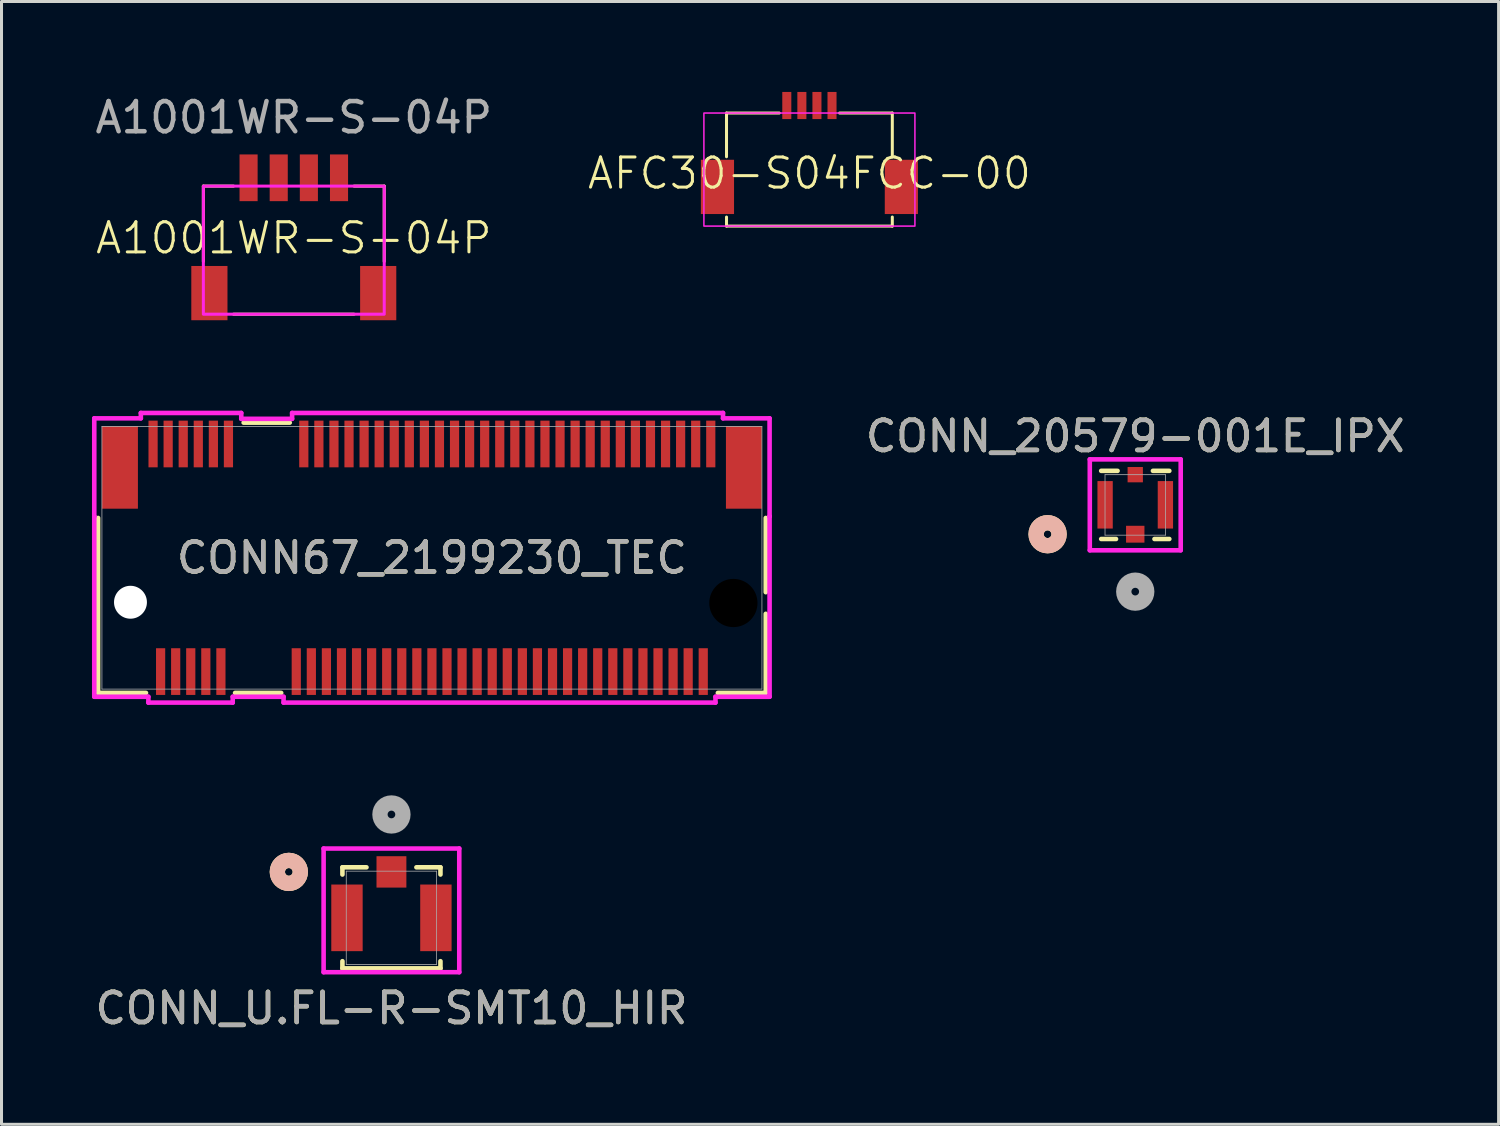
<source format=kicad_pcb>
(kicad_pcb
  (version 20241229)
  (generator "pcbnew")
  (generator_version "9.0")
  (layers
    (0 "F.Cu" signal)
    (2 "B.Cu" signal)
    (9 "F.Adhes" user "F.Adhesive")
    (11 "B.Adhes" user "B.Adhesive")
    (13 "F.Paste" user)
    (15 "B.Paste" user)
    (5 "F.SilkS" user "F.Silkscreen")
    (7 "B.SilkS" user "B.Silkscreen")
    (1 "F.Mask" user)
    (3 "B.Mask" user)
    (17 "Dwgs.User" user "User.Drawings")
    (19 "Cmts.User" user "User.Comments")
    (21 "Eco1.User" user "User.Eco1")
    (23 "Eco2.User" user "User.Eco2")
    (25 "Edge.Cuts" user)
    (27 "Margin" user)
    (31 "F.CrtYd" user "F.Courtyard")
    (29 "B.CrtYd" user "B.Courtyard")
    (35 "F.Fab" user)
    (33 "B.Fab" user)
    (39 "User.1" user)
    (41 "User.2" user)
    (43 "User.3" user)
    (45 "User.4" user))
  (footprint "CONN_U.FL-R-SMT10_HIR"
    (layer "F.Cu")
    (at 9.935 27.397)
    (property "Reference" "CONN_U.FL-R-SMT10_HIR" (at 0 3 0) (unlocked yes) (layer "F.SilkS") (effects (font (size 1 1) (thickness 0.15))))
    (attr smd)
    (fp_line (start -1.626 -1.676) (end -1.626 -1.437) (stroke (width 0.152) (type solid)) (layer "F.SilkS"))
    (fp_line (start -1.626 1.438) (end -1.626 1.676) (stroke (width 0.152) (type solid)) (layer "F.SilkS"))
    (fp_line (start -1.626 1.676) (end 1.626 1.676) (stroke (width 0.152) (type solid)) (layer "F.SilkS"))
    (fp_line (start -0.828 -1.676) (end -1.626 -1.676) (stroke (width 0.152) (type solid)) (layer "F.SilkS"))
    (fp_line (start 1.626 -1.676) (end 0.828 -1.676) (stroke (width 0.152) (type solid)) (layer "F.SilkS"))
    (fp_line (start 1.626 -1.437) (end 1.626 -1.676) (stroke (width 0.152) (type solid)) (layer "F.SilkS"))
    (fp_line (start 1.626 1.676) (end 1.626 1.438) (stroke (width 0.152) (type solid)) (layer "F.SilkS"))
    (fp_circle (center -3.404 -1.524) (end -3.023 -1.524) (stroke (width 0.508) (type solid)) (fill no) (layer "F.SilkS"))
    (fp_circle (center -3.404 -1.524) (end -3.023 -1.524) (stroke (width 0.508) (type solid)) (fill no) (layer "B.SilkS"))
    (fp_line (start -2.25 -2.299) (end -2.25 1.803) (stroke (width 0.152) (type solid)) (layer "F.CrtYd"))
    (fp_line (start -2.25 1.803) (end 2.25 1.803) (stroke (width 0.152) (type solid)) (layer "F.CrtYd"))
    (fp_line (start 2.25 -2.299) (end -2.25 -2.299) (stroke (width 0.152) (type solid)) (layer "F.CrtYd"))
    (fp_line (start 2.25 1.803) (end 2.25 -2.299) (stroke (width 0.152) (type solid)) (layer "F.CrtYd"))
    (fp_line (start -1.499 -1.549) (end -1.499 1.549) (stroke (width 0.025) (type solid)) (layer "F.Fab"))
    (fp_line (start -1.499 1.549) (end 1.499 1.549) (stroke (width 0.025) (type solid)) (layer "F.Fab"))
    (fp_line (start 1.499 -1.549) (end -1.499 -1.549) (stroke (width 0.025) (type solid)) (layer "F.Fab"))
    (fp_line (start 1.499 1.549) (end 1.499 -1.549) (stroke (width 0.025) (type solid)) (layer "F.Fab"))
    (fp_circle (center 0 -3.429) (end 0.381 -3.429) (stroke (width 0.508) (type solid)) (fill no) (layer "F.Fab"))
    (fp_text user "${REFERENCE}" (at 0 3 0) (unlocked yes) (layer "F.Fab") (effects (font (size 1 1) (thickness 0.15))))
    (pad "1" smd rect (at 0 -1.524) (size 0.991 1.041) (layers "F.Cu" "F.Mask" "F.Paste"))
    (pad "2" smd rect (at -1.475 0) (size 1.041 2.21) (layers "F.Cu" "F.Mask" "F.Paste"))
    (pad "2" smd rect (at 1.475 0) (size 1.041 2.21) (layers "F.Cu" "F.Mask" "F.Paste"))
    (zone (net_name "") (layer "F.Cu") (hatch edge 0.5) (connect_pads) (min_thickness 0.25) (filled_areas_thickness no) (keepout (tracks not_allowed) (vias not_allowed) (pads not_allowed) (copperpour not_allowed) (footprints not_allowed)) (placement (enabled no)) (fill) (polygon (pts (xy 9.035 26.397) (xy 9.035 28.897) (xy 10.835 28.897) (xy 10.835 26.397)))))
  (footprint "AFC30-S04FCC-00"
    (layer "F.Cu")
    (at 23.8 2.7)
    (property "Reference" "AFC30-S04FCC-00" (at 0 0 0) (unlocked yes) (layer "F.SilkS") (effects (font (size 1 1) (thickness 0.1))))
    (attr smd)
    (fp_line (start -2.75 -2) (end -1 -2) (stroke (width 0.1) (type default)) (layer "F.SilkS"))
    (fp_line (start -2.75 -0.55) (end -2.75 -2) (stroke (width 0.1) (type default)) (layer "F.SilkS"))
    (fp_line (start -2.75 1.45) (end -2.75 1.75) (stroke (width 0.1) (type default)) (layer "F.SilkS"))
    (fp_line (start -2.75 1.75) (end 2.75 1.75) (stroke (width 0.1) (type default)) (layer "F.SilkS"))
    (fp_line (start 2.75 -2) (end 1 -2) (stroke (width 0.1) (type default)) (layer "F.SilkS"))
    (fp_line (start 2.75 -0.55) (end 2.75 -2) (stroke (width 0.1) (type default)) (layer "F.SilkS"))
    (fp_line (start 2.75 1.75) (end 2.75 1.45) (stroke (width 0.1) (type default)) (layer "F.SilkS"))
    (fp_rect (start -3.5 -2) (end 3.5 1.75) (stroke (width 0.05) (type default)) (fill no) (layer "F.CrtYd"))
    (pad "1" smd rect (at -0.75 -2.25) (size 0.3 0.9) (layers "F.Cu" "F.Mask" "F.Paste"))
    (pad "2" smd rect (at -0.25 -2.25) (size 0.3 0.9) (layers "F.Cu" "F.Mask" "F.Paste"))
    (pad "3" smd rect (at 0.25 -2.25) (size 0.3 0.9) (layers "F.Cu" "F.Mask" "F.Paste"))
    (pad "4" smd rect (at 0.75 -2.25) (size 0.3 0.9) (layers "F.Cu" "F.Mask" "F.Paste"))
    (pad "SH" smd rect (at -3.05 0.45) (size 1.1 1.8) (layers "F.Cu" "F.Mask" "F.Paste"))
    (pad "SH" smd rect (at 3.05 0.45) (size 1.1 1.8) (layers "F.Cu" "F.Mask" "F.Paste")))
  (footprint "CONN67_2199230_TEC"
    (layer "F.Cu")
    (at 20.528 19.228)
    (property "Reference" "CONN67_2199230_TEC" (at -9.25 -3.775 0) (unlocked yes) (layer "F.SilkS") (effects (font (size 1 1) (thickness 0.15))))
    (attr smd)
    (fp_line (start -20.324 -5.096) (end -20.324 0.708) (stroke (width 0.152) (type solid)) (layer "F.SilkS"))
    (fp_line (start -20.324 0.708) (end -18.735 0.708) (stroke (width 0.152) (type solid)) (layer "F.SilkS"))
    (fp_line (start -15.496 -8.258) (end -13.967 -8.258) (stroke (width 0.152) (type solid)) (layer "F.SilkS"))
    (fp_line (start -14.25 0.708) (end -15.78 0.708) (stroke (width 0.152) (type solid)) (layer "F.SilkS"))
    (fp_line (start 0.235 0.708) (end 1.824 0.708) (stroke (width 0.152) (type solid)) (layer "F.SilkS"))
    (fp_line (start 1.824 -2.634) (end 1.824 -5.096) (stroke (width 0.152) (type solid)) (layer "F.SilkS"))
    (fp_line (start 1.824 0.708) (end 1.824 -1.916) (stroke (width 0.152) (type solid)) (layer "F.SilkS"))
    (fp_line (start -20.451 -5.149) (end -20.451 0.835) (stroke (width 0.152) (type solid)) (layer "F.CrtYd"))
    (fp_line (start -20.451 0.835) (end -18.656 0.835) (stroke (width 0.152) (type solid)) (layer "F.CrtYd"))
    (fp_line (start -20.451 -8.401) (end -20.451 -5.149) (stroke (width 0.152) (type solid)) (layer "F.CrtYd"))
    (fp_line (start -20.451 -5.149) (end -20.451 -5.149) (stroke (width 0.152) (type solid)) (layer "F.CrtYd"))
    (fp_line (start -18.906 -8.579) (end -18.906 -8.401) (stroke (width 0.152) (type solid)) (layer "F.CrtYd"))
    (fp_line (start -18.906 -8.579) (end -15.575 -8.579) (stroke (width 0.152) (type solid)) (layer "F.CrtYd"))
    (fp_line (start -18.906 -8.401) (end -20.451 -8.401) (stroke (width 0.152) (type solid)) (layer "F.CrtYd"))
    (fp_line (start -18.656 0.835) (end -18.656 1.029) (stroke (width 0.152) (type solid)) (layer "F.CrtYd"))
    (fp_line (start -15.858 0.835) (end -15.858 1.029) (stroke (width 0.152) (type solid)) (layer "F.CrtYd"))
    (fp_line (start -15.858 1.029) (end -18.656 1.029) (stroke (width 0.152) (type solid)) (layer "F.CrtYd"))
    (fp_line (start -15.575 -8.579) (end -15.575 -8.385) (stroke (width 0.152) (type solid)) (layer "F.CrtYd"))
    (fp_line (start -15.575 -8.385) (end -13.888 -8.385) (stroke (width 0.152) (type solid)) (layer "F.CrtYd"))
    (fp_line (start -14.171 0.835) (end -15.858 0.835) (stroke (width 0.152) (type solid)) (layer "F.CrtYd"))
    (fp_line (start -14.171 1.029) (end -14.171 0.835) (stroke (width 0.152) (type solid)) (layer "F.CrtYd"))
    (fp_line (start -13.888 -8.579) (end 0.406 -8.579) (stroke (width 0.152) (type solid)) (layer "F.CrtYd"))
    (fp_line (start -13.888 -8.385) (end -13.888 -8.579) (stroke (width 0.152) (type solid)) (layer "F.CrtYd"))
    (fp_line (start 0.156 1.029) (end -14.171 1.029) (stroke (width 0.152) (type solid)) (layer "F.CrtYd"))
    (fp_line (start 0.156 0.835) (end 1.951 0.835) (stroke (width 0.152) (type solid)) (layer "F.CrtYd"))
    (fp_line (start 0.156 1.029) (end 0.156 0.835) (stroke (width 0.152) (type solid)) (layer "F.CrtYd"))
    (fp_line (start 0.406 -8.401) (end 0.406 -8.579) (stroke (width 0.152) (type solid)) (layer "F.CrtYd"))
    (fp_line (start 1.951 -8.401) (end 0.406 -8.401) (stroke (width 0.152) (type solid)) (layer "F.CrtYd"))
    (fp_line (start 1.951 -5.149) (end 1.951 -8.401) (stroke (width 0.152) (type solid)) (layer "F.CrtYd"))
    (fp_line (start 1.951 -5.149) (end 1.951 -5.149) (stroke (width 0.152) (type solid)) (layer "F.CrtYd"))
    (fp_line (start 1.951 0.835) (end 1.951 -5.149) (stroke (width 0.152) (type solid)) (layer "F.CrtYd"))
    (fp_line (start -20.197 -8.131) (end -20.197 0.581) (stroke (width 0.025) (type solid)) (layer "F.Fab"))
    (fp_line (start -20.197 0.581) (end 1.697 0.581) (stroke (width 0.025) (type solid)) (layer "F.Fab"))
    (fp_line (start 1.697 -8.131) (end -20.197 -8.131) (stroke (width 0.025) (type solid)) (layer "F.Fab"))
    (fp_line (start 1.697 0.581) (end 1.697 -8.131) (stroke (width 0.025) (type solid)) (layer "F.Fab"))
    (fp_text user "${REFERENCE}" (at -9.25 -3.775 0) (unlocked yes) (layer "F.Fab") (effects (font (size 1 1) (thickness 0.15))))
    (pad "" smd rect (at -19.6 -6.775) (size 1.194 2.743) (layers "F.Cu" "F.Mask" "F.Paste"))
    (pad "" np_thru_hole circle (at -19.25 -2.3) (size 1.092 1.092) (drill 1.092) (layers "*.Cu" "*.Mask"))
    (pad "" np_thru_hole circle (at 0.75 -2.275) (size 1.6 1.6) (drill 1.6) (layers))
    (pad "" smd rect (at 1.1 -6.775) (size 1.194 2.743) (layers "F.Cu" "F.Mask" "F.Paste"))
    (pad "1" smd rect (at -18.5 -7.55) (size 0.305 1.549) (layers "F.Cu" "F.Mask" "F.Paste"))
    (pad "2" smd rect (at -18.25 0) (size 0.305 1.549) (layers "F.Cu" "F.Mask" "F.Paste"))
    (pad "3" smd rect (at -18 -7.55) (size 0.305 1.549) (layers "F.Cu" "F.Mask" "F.Paste"))
    (pad "4" smd rect (at -17.75 0) (size 0.305 1.549) (layers "F.Cu" "F.Mask" "F.Paste"))
    (pad "5" smd rect (at -17.5 -7.55) (size 0.305 1.549) (layers "F.Cu" "F.Mask" "F.Paste"))
    (pad "6" smd rect (at -17.25 0) (size 0.305 1.549) (layers "F.Cu" "F.Mask" "F.Paste"))
    (pad "7" smd rect (at -17 -7.55) (size 0.305 1.549) (layers "F.Cu" "F.Mask" "F.Paste"))
    (pad "8" smd rect (at -16.75 0) (size 0.305 1.549) (layers "F.Cu" "F.Mask" "F.Paste"))
    (pad "9" smd rect (at -16.5 -7.55) (size 0.305 1.549) (layers "F.Cu" "F.Mask" "F.Paste"))
    (pad "10" smd rect (at -16.25 0) (size 0.305 1.549) (layers "F.Cu" "F.Mask" "F.Paste"))
    (pad "11" smd rect (at -16 -7.55) (size 0.305 1.549) (layers "F.Cu" "F.Mask" "F.Paste"))
    (pad "20" smd rect (at -13.75 0) (size 0.305 1.549) (layers "F.Cu" "F.Mask" "F.Paste"))
    (pad "21" smd rect (at -13.5 -7.55) (size 0.305 1.549) (layers "F.Cu" "F.Mask" "F.Paste"))
    (pad "22" smd rect (at -13.25 0) (size 0.305 1.549) (layers "F.Cu" "F.Mask" "F.Paste"))
    (pad "23" smd rect (at -13 -7.55) (size 0.305 1.549) (layers "F.Cu" "F.Mask" "F.Paste"))
    (pad "24" smd rect (at -12.75 0) (size 0.305 1.549) (layers "F.Cu" "F.Mask" "F.Paste"))
    (pad "25" smd rect (at -12.5 -7.55) (size 0.305 1.549) (layers "F.Cu" "F.Mask" "F.Paste"))
    (pad "26" smd rect (at -12.25 0) (size 0.305 1.549) (layers "F.Cu" "F.Mask" "F.Paste"))
    (pad "27" smd rect (at -12 -7.55) (size 0.305 1.549) (layers "F.Cu" "F.Mask" "F.Paste"))
    (pad "28" smd rect (at -11.75 0) (size 0.305 1.549) (layers "F.Cu" "F.Mask" "F.Paste"))
    (pad "29" smd rect (at -11.5 -7.55) (size 0.305 1.549) (layers "F.Cu" "F.Mask" "F.Paste"))
    (pad "30" smd rect (at -11.25 0) (size 0.305 1.549) (layers "F.Cu" "F.Mask" "F.Paste"))
    (pad "31" smd rect (at -11 -7.55) (size 0.305 1.549) (layers "F.Cu" "F.Mask" "F.Paste"))
    (pad "32" smd rect (at -10.75 0) (size 0.305 1.549) (layers "F.Cu" "F.Mask" "F.Paste"))
    (pad "33" smd rect (at -10.5 -7.55) (size 0.305 1.549) (layers "F.Cu" "F.Mask" "F.Paste"))
    (pad "34" smd rect (at -10.25 0) (size 0.305 1.549) (layers "F.Cu" "F.Mask" "F.Paste"))
    (pad "35" smd rect (at -10 -7.55) (size 0.305 1.549) (layers "F.Cu" "F.Mask" "F.Paste"))
    (pad "36" smd rect (at -9.75 0) (size 0.305 1.549) (layers "F.Cu" "F.Mask" "F.Paste"))
    (pad "37" smd rect (at -9.5 -7.55) (size 0.305 1.549) (layers "F.Cu" "F.Mask" "F.Paste"))
    (pad "38" smd rect (at -9.25 0) (size 0.305 1.549) (layers "F.Cu" "F.Mask" "F.Paste"))
    (pad "39" smd rect (at -9 -7.55) (size 0.305 1.549) (layers "F.Cu" "F.Mask" "F.Paste"))
    (pad "40" smd rect (at -8.75 0) (size 0.305 1.549) (layers "F.Cu" "F.Mask" "F.Paste"))
    (pad "41" smd rect (at -8.5 -7.55) (size 0.305 1.549) (layers "F.Cu" "F.Mask" "F.Paste"))
    (pad "42" smd rect (at -8.25 0) (size 0.305 1.549) (layers "F.Cu" "F.Mask" "F.Paste"))
    (pad "43" smd rect (at -8 -7.55) (size 0.305 1.549) (layers "F.Cu" "F.Mask" "F.Paste"))
    (pad "44" smd rect (at -7.75 0) (size 0.305 1.549) (layers "F.Cu" "F.Mask" "F.Paste"))
    (pad "45" smd rect (at -7.5 -7.55) (size 0.305 1.549) (layers "F.Cu" "F.Mask" "F.Paste"))
    (pad "46" smd rect (at -7.25 0) (size 0.305 1.549) (layers "F.Cu" "F.Mask" "F.Paste"))
    (pad "47" smd rect (at -7 -7.55) (size 0.305 1.549) (layers "F.Cu" "F.Mask" "F.Paste"))
    (pad "48" smd rect (at -6.75 0) (size 0.305 1.549) (layers "F.Cu" "F.Mask" "F.Paste"))
    (pad "49" smd rect (at -6.5 -7.55) (size 0.305 1.549) (layers "F.Cu" "F.Mask" "F.Paste"))
    (pad "50" smd rect (at -6.25 0) (size 0.305 1.549) (layers "F.Cu" "F.Mask" "F.Paste"))
    (pad "51" smd rect (at -6 -7.55) (size 0.305 1.549) (layers "F.Cu" "F.Mask" "F.Paste"))
    (pad "52" smd rect (at -5.75 0) (size 0.305 1.549) (layers "F.Cu" "F.Mask" "F.Paste"))
    (pad "53" smd rect (at -5.5 -7.55) (size 0.305 1.549) (layers "F.Cu" "F.Mask" "F.Paste"))
    (pad "54" smd rect (at -5.25 0) (size 0.305 1.549) (layers "F.Cu" "F.Mask" "F.Paste"))
    (pad "55" smd rect (at -5 -7.55) (size 0.305 1.549) (layers "F.Cu" "F.Mask" "F.Paste"))
    (pad "56" smd rect (at -4.75 0) (size 0.305 1.549) (layers "F.Cu" "F.Mask" "F.Paste"))
    (pad "57" smd rect (at -4.5 -7.55) (size 0.305 1.549) (layers "F.Cu" "F.Mask" "F.Paste"))
    (pad "58" smd rect (at -4.25 0) (size 0.305 1.549) (layers "F.Cu" "F.Mask" "F.Paste"))
    (pad "59" smd rect (at -4 -7.55) (size 0.305 1.549) (layers "F.Cu" "F.Mask" "F.Paste"))
    (pad "60" smd rect (at -3.75 0) (size 0.305 1.549) (layers "F.Cu" "F.Mask" "F.Paste"))
    (pad "61" smd rect (at -3.5 -7.55) (size 0.305 1.549) (layers "F.Cu" "F.Mask" "F.Paste"))
    (pad "62" smd rect (at -3.25 0) (size 0.305 1.549) (layers "F.Cu" "F.Mask" "F.Paste"))
    (pad "63" smd rect (at -3 -7.55) (size 0.305 1.549) (layers "F.Cu" "F.Mask" "F.Paste"))
    (pad "64" smd rect (at -2.75 0) (size 0.305 1.549) (layers "F.Cu" "F.Mask" "F.Paste"))
    (pad "65" smd rect (at -2.5 -7.55) (size 0.305 1.549) (layers "F.Cu" "F.Mask" "F.Paste"))
    (pad "66" smd rect (at -2.25 0) (size 0.305 1.549) (layers "F.Cu" "F.Mask" "F.Paste"))
    (pad "67" smd rect (at -2 -7.55) (size 0.305 1.549) (layers "F.Cu" "F.Mask" "F.Paste"))
    (pad "68" smd rect (at -1.75 0) (size 0.305 1.549) (layers "F.Cu" "F.Mask" "F.Paste"))
    (pad "69" smd rect (at -1.5 -7.55) (size 0.305 1.549) (layers "F.Cu" "F.Mask" "F.Paste"))
    (pad "70" smd rect (at -1.25 0) (size 0.305 1.549) (layers "F.Cu" "F.Mask" "F.Paste"))
    (pad "71" smd rect (at -1 -7.55) (size 0.305 1.549) (layers "F.Cu" "F.Mask" "F.Paste"))
    (pad "72" smd rect (at -0.75 0) (size 0.305 1.549) (layers "F.Cu" "F.Mask" "F.Paste"))
    (pad "73" smd rect (at -0.5 -7.55) (size 0.305 1.549) (layers "F.Cu" "F.Mask" "F.Paste"))
    (pad "74" smd rect (at -0.25 0) (size 0.305 1.549) (layers "F.Cu" "F.Mask" "F.Paste"))
    (pad "75" smd rect (at 0 -7.55) (size 0.305 1.549) (layers "F.Cu" "F.Mask" "F.Paste")))
  (footprint "A1001WR-S-04P"
    (layer "F.Cu")
    (at 6.696 4.848)
    (property "Reference" "A1001WR-S-04P" (at 0 0 0) (unlocked yes) (layer "F.SilkS") (effects (font (size 1 1) (thickness 0.1))))
    (attr smd)
    (fp_line (start -3 -1.725) (end -3 0.775) (stroke (width 0.1) (type solid)) (layer "F.SilkS"))
    (fp_line (start -3 -1.725) (end -2 -1.725) (stroke (width 0.1) (type default)) (layer "F.SilkS"))
    (fp_line (start -2 2.525) (end 2 2.525) (stroke (width 0.1) (type solid)) (layer "F.SilkS"))
    (fp_line (start 3 -1.725) (end 2 -1.725) (stroke (width 0.1) (type default)) (layer "F.SilkS"))
    (fp_line (start 3 -1.725) (end 3 0.775) (stroke (width 0.1) (type solid)) (layer "F.SilkS"))
    (fp_rect (start -3 -1.725) (end 3 2.525) (stroke (width 0.1) (type solid)) (fill no) (layer "F.CrtYd"))
    (fp_text user "${REFERENCE}" (at 0 -4 0) (unlocked yes) (layer "F.Fab") (effects (font (size 1 1) (thickness 0.15))))
    (pad "1" smd rect (at -1.5 -2) (size 0.6 1.55) (layers "F.Cu" "F.Mask" "F.Paste"))
    (pad "2" smd rect (at -0.5 -2) (size 0.6 1.55) (layers "F.Cu" "F.Mask" "F.Paste"))
    (pad "3" smd rect (at 0.5 -2) (size 0.6 1.55) (layers "F.Cu" "F.Mask" "F.Paste"))
    (pad "4" smd rect (at 1.5 -2) (size 0.6 1.55) (layers "F.Cu" "F.Mask" "F.Paste"))
    (pad "SH" smd rect (at -2.8 1.825) (size 1.2 1.8) (layers "F.Cu" "F.Mask" "F.Paste"))
    (pad "SH" smd rect (at 2.8 1.825) (size 1.2 1.8) (layers "F.Cu" "F.Mask" "F.Paste")))
  (footprint "CONN_20579-001E_IPX"
    (layer "F.Cu")
    (at 34.609 14.671)
    (property "Reference" "CONN_20579-001E_IPX" (at 0 -3.25 0) (unlocked yes) (layer "F.SilkS") (effects (font (size 1 1) (thickness 0.15))))
    (attr smd)
    (fp_line (start -1.13 0.159) (end -0.638 0.159) (stroke (width 0.152) (type solid)) (layer "F.SilkS"))
    (fp_line (start -0.587 -2.102) (end -1.13 -2.102) (stroke (width 0.152) (type solid)) (layer "F.SilkS"))
    (fp_line (start 0.638 0.159) (end 1.13 0.159) (stroke (width 0.152) (type solid)) (layer "F.SilkS"))
    (fp_line (start 1.13 -2.102) (end 0.587 -2.102) (stroke (width 0.152) (type solid)) (layer "F.SilkS"))
    (fp_circle (center -2.908 0) (end -2.527 0) (stroke (width 0.508) (type solid)) (fill no) (layer "F.SilkS"))
    (fp_circle (center -2.908 0) (end -2.527 0) (stroke (width 0.508) (type solid)) (fill no) (layer "B.SilkS"))
    (fp_line (start -1.508 -2.483) (end -1.508 0.533) (stroke (width 0.152) (type solid)) (layer "F.CrtYd"))
    (fp_line (start -1.508 0.533) (end 1.508 0.533) (stroke (width 0.152) (type solid)) (layer "F.CrtYd"))
    (fp_line (start 1.508 -2.483) (end -1.508 -2.483) (stroke (width 0.152) (type solid)) (layer "F.CrtYd"))
    (fp_line (start 1.508 0.533) (end 1.508 -2.483) (stroke (width 0.152) (type solid)) (layer "F.CrtYd"))
    (fp_line (start -1.003 -1.975) (end -1.003 0.032) (stroke (width 0.025) (type solid)) (layer "F.Fab"))
    (fp_line (start -1.003 0.032) (end 1.003 0.032) (stroke (width 0.025) (type solid)) (layer "F.Fab"))
    (fp_line (start 1.003 -1.975) (end -1.003 -1.975) (stroke (width 0.025) (type solid)) (layer "F.Fab"))
    (fp_line (start 1.003 0.032) (end 1.003 -1.975) (stroke (width 0.025) (type solid)) (layer "F.Fab"))
    (fp_circle (center 0 1.905) (end 0.381 1.905) (stroke (width 0.508) (type solid)) (fill no) (layer "F.Fab"))
    (fp_text user "${REFERENCE}" (at 0 -3.25 0) (unlocked yes) (layer "F.Fab") (effects (font (size 1 1) (thickness 0.15))))
    (pad "1" smd rect (at 0 0) (size 0.61 0.559) (layers "F.Cu" "F.Mask" "F.Paste"))
    (pad "2" smd rect (at -1 -0.975) (size 0.508 1.575) (layers "F.Cu" "F.Mask" "F.Paste"))
    (pad "2" smd rect (at 0 -1.975) (size 0.508 0.508) (layers "F.Cu" "F.Mask" "F.Paste"))
    (pad "2" smd rect (at 1 -0.975) (size 0.508 1.575) (layers "F.Cu" "F.Mask" "F.Paste"))
    (zone (net_name "") (layer "F.Cu") (hatch edge 0.5) (connect_pads) (min_thickness 0.25) (filled_areas_thickness no) (keepout (tracks not_allowed) (vias not_allowed) (pads not_allowed) (copperpour not_allowed) (footprints allowed)) (placement (enabled no)) (fill) (polygon (pts (xy 33.909 12.972) (xy 33.909 14.371) (xy 35.309 14.371) (xy 35.309 12.972)))))
  (gr_rect
    (start -3 -3)
    (end 46.662 34.246)
    (stroke (width 0.1) (type default))
    (fill no)
    (layer "Edge.Cuts")))
</source>
